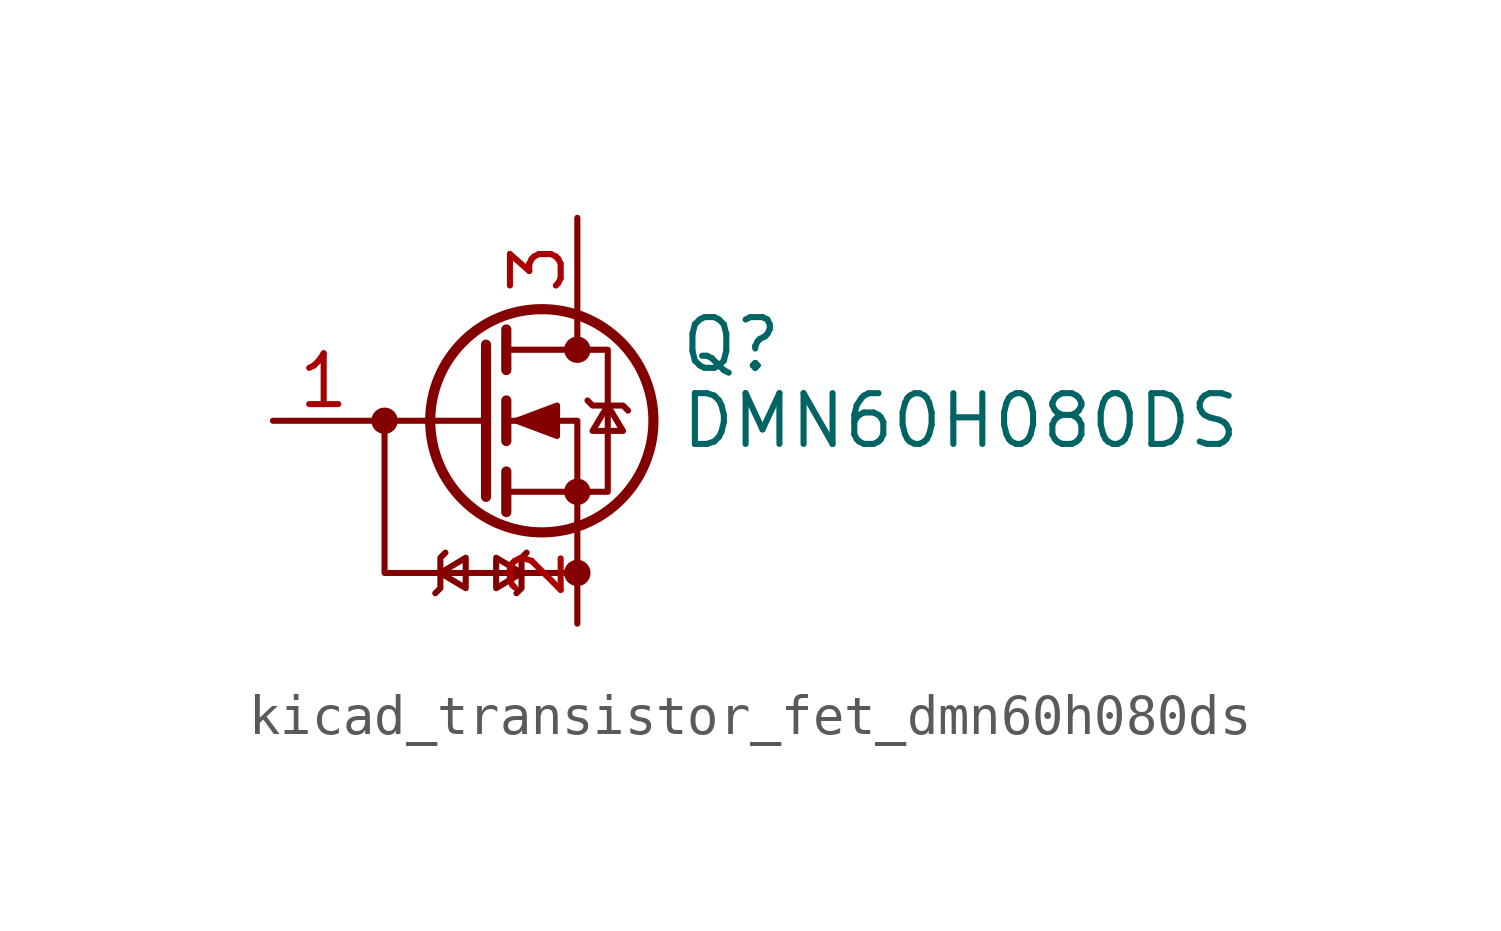
<source format=kicad_sym>
(kicad_symbol_lib
  (version 20220914)
  (generator kicad_symbol_editor)
  (symbol "kicad_transistor_fet_dmn60h080ds"
    (pin_names
      (offset 0) hide)
    (property "Reference" "Q"
      (at 5.08 1.905 0)
      (effects (font (size 1.27 1.27)) (justify left)))
    (property "Value" "DMN60H080DS"
      (at 5.08 0 0)
      (effects (font (size 1.27 1.27)) (justify left)))
    (symbol "kicad_transistor_fet_dmn60h080ds_0_1"
      (polyline (pts (xy 2.54 -3.81) (xy -2.286 -3.81) (xy -2.286 0)) (stroke (width 0) (type default)) (fill (type none))))
    (symbol "kicad_transistor_fet_dmn60h080ds_1_1"
      (circle (center -2.286 0) (radius 0.254) (stroke (width 0) (type default)) (fill (type outline)))
      (polyline (pts (xy 0.254 0) (xy -2.54 0)) (stroke (width 0) (type default)) (fill (type none)))
      (polyline (pts (xy 0.254 1.905) (xy 0.254 -1.905)) (stroke (width 0.254) (type default)) (fill (type none)))
      (polyline (pts (xy 0.762 -1.27) (xy 0.762 -2.286)) (stroke (width 0.254) (type default)) (fill (type none)))
      (polyline (pts (xy 0.762 0.508) (xy 0.762 -0.508)) (stroke (width 0.254) (type default)) (fill (type none)))
      (polyline (pts (xy 0.762 2.286) (xy 0.762 1.27)) (stroke (width 0.254) (type default)) (fill (type none)))
      (polyline (pts (xy 2.54 2.54) (xy 2.54 1.778)) (stroke (width 0) (type default)) (fill (type none)))
      (polyline (pts (xy 2.54 -2.54) (xy 2.54 0) (xy 0.762 0)) (stroke (width 0) (type default)) (fill (type none)))
      (polyline (pts (xy -1.016 -4.318) (xy -0.889 -4.191) (xy -0.889 -3.429) (xy -0.762 -3.302)) (stroke (width 0) (type default)) (fill (type none)))
      (polyline (pts (xy -0.889 -3.81) (xy -0.254 -4.191) (xy -0.254 -3.429) (xy -0.889 -3.81)) (stroke (width 0) (type default)) (fill (type none)))
      (polyline (pts (xy 0.762 -1.778) (xy 3.302 -1.778) (xy 3.302 1.778) (xy 0.762 1.778)) (stroke (width 0) (type default)) (fill (type none)))
      (polyline (pts (xy 1.016 0) (xy 2.032 0.381) (xy 2.032 -0.381) (xy 1.016 0)) (stroke (width 0) (type default)) (fill (type outline)))
      (polyline (pts (xy 1.143 -3.81) (xy 0.508 -3.429) (xy 0.508 -4.191) (xy 1.143 -3.81)) (stroke (width 0) (type default)) (fill (type none)))
      (polyline (pts (xy 1.27 -3.302) (xy 1.143 -3.429) (xy 1.143 -4.191) (xy 1.016 -4.318)) (stroke (width 0) (type default)) (fill (type none)))
      (polyline (pts (xy 2.794 0.508) (xy 2.921 0.381) (xy 3.683 0.381) (xy 3.81 0.254)) (stroke (width 0) (type default)) (fill (type none)))
      (polyline (pts (xy 3.302 0.381) (xy 2.921 -0.254) (xy 3.683 -0.254) (xy 3.302 0.381)) (stroke (width 0) (type default)) (fill (type none)))
      (circle (center 1.651 0) (radius 2.794) (stroke (width 0.254) (type default)) (fill (type none)))
      (circle (center 2.54 -3.81) (radius 0.254) (stroke (width 0) (type default)) (fill (type outline)))
      (circle (center 2.54 -1.778) (radius 0.254) (stroke (width 0) (type default)) (fill (type outline)))
      (circle (center 2.54 1.778) (radius 0.254) (stroke (width 0) (type default)) (fill (type outline)))
      (pin input line (at -5.08 0 0) (length 2.54) (name "G" (effects (font (size 1.27 1.27)))) (number "1" (effects (font (size 1.27 1.27)))))
      (pin passive line (at 2.54 -5.08 90) (length 2.54) (name "S" (effects (font (size 1.27 1.27)))) (number "2" (effects (font (size 1.27 1.27)))))
      (pin passive line (at 2.54 5.08 270) (length 2.54) (name "D" (effects (font (size 1.27 1.27)))) (number "3" (effects (font (size 1.27 1.27))))))))
</source>
